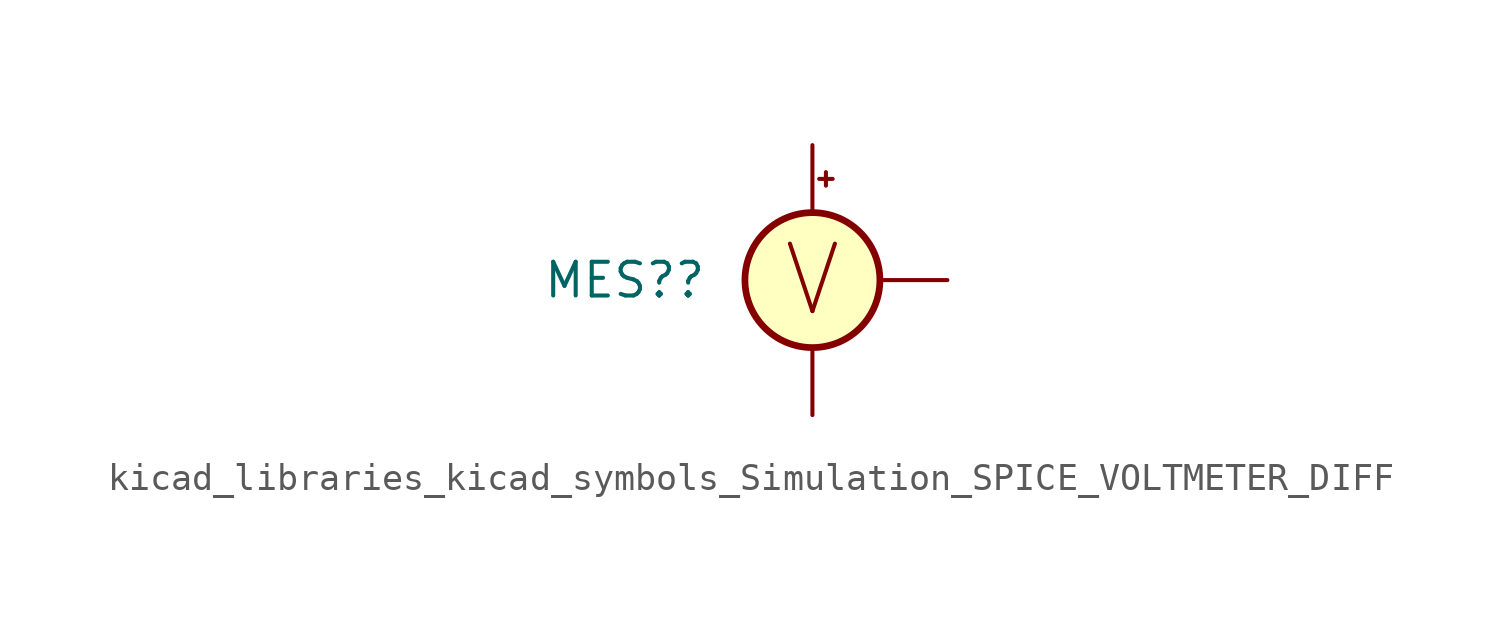
<source format=kicad_sym>
(kicad_symbol_lib
  (version 20220914)
  (generator kicad_symbol_editor)
  (symbol "kicad_libraries_kicad_symbols_Simulation_SPICE_VOLTMETER_DIFF"
    (pin_numbers hide)
    (pin_names
      (offset 0.025) hide)
    (property "Reference" "MES?"
      (at -10.16 0 0)
      (effects (font (size 1.27 1.27)) (justify left)))
    (symbol "kicad_libraries_kicad_symbols_Simulation_SPICE_VOLTMETER_DIFF_0_0"
      (text "V" (at 0 0 0) (effects (font (size 2.54 2.54)))))
    (symbol "kicad_libraries_kicad_symbols_Simulation_SPICE_VOLTMETER_DIFF_0_1"
      (polyline (pts (xy 0.254 3.81) (xy 0.762 3.81)) (stroke (width 0) (type default)) (fill (type none)))
      (polyline (pts (xy 0.508 4.064) (xy 0.508 3.556)) (stroke (width 0) (type default)) (fill (type none)))
      (circle (center 0 0) (radius 2.54) (stroke (width 0.254) (type default)) (fill (type background))))
    (symbol "kicad_libraries_kicad_symbols_Simulation_SPICE_VOLTMETER_DIFF_1_1"
      (pin passive line (at 0 5.08 270) (length 2.54) (name "+" (effects (font (size 1.27 1.27)))) (number "1" (effects (font (size 1.27 1.27)))))
      (pin passive line (at 0 -5.08 90) (length 2.54) (name "-" (effects (font (size 1.27 1.27)))) (number "2" (effects (font (size 1.27 1.27)))))
      (pin output line (at 5.08 0 180) (length 2.54) (name "out" (effects (font (size 1.27 1.27)))) (number "3" (effects (font (size 1.27 1.27))))))))
</source>
